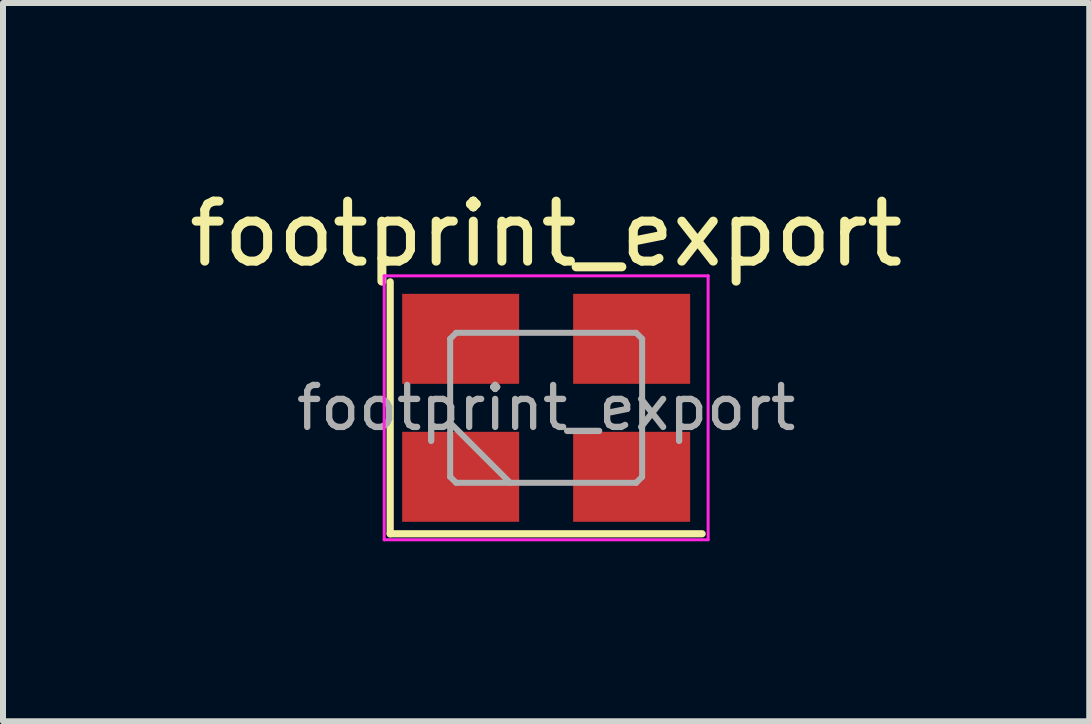
<source format=kicad_pcb>
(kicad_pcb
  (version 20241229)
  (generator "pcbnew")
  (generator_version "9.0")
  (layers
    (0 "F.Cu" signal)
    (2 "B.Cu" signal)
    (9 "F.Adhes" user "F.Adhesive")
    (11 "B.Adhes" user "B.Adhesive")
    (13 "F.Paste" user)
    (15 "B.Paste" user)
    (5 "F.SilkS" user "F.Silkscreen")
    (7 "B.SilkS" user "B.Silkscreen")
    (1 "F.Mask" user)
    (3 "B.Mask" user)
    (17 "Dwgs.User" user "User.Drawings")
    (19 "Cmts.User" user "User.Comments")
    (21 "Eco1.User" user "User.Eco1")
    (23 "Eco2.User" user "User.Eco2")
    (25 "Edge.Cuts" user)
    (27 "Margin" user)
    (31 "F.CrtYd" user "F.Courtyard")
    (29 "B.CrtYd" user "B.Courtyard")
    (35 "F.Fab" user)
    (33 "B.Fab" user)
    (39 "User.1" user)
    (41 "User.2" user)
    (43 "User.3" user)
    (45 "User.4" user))
  (footprint "footprint_export"
    (layer "F.Cu")
    (at 6.054 3.748)
    (property "Reference" "footprint_export" (at 0 -2.9 0) (layer "F.SilkS") (effects (font (size 1 1) (thickness 0.15))))
    (attr smd)
    (fp_line (start -2.6 -2.1) (end -2.6 2.1) (stroke (width 0.12) (type solid)) (layer "F.SilkS"))
    (fp_line (start -2.6 2.1) (end 2.6 2.1) (stroke (width 0.12) (type solid)) (layer "F.SilkS"))
    (fp_line (start -2.7 -2.2) (end -2.7 2.2) (stroke (width 0.05) (type solid)) (layer "F.CrtYd"))
    (fp_line (start -2.7 2.2) (end 2.7 2.2) (stroke (width 0.05) (type solid)) (layer "F.CrtYd"))
    (fp_line (start 2.7 -2.2) (end -2.7 -2.2) (stroke (width 0.05) (type solid)) (layer "F.CrtYd"))
    (fp_line (start 2.7 2.2) (end 2.7 -2.2) (stroke (width 0.05) (type solid)) (layer "F.CrtYd"))
    (fp_line (start -1.6 -1.15) (end -1.5 -1.25) (stroke (width 0.1) (type solid)) (layer "F.Fab"))
    (fp_line (start -1.6 0.25) (end -0.6 1.25) (stroke (width 0.1) (type solid)) (layer "F.Fab"))
    (fp_line (start -1.6 1.15) (end -1.6 -1.15) (stroke (width 0.1) (type solid)) (layer "F.Fab"))
    (fp_line (start -1.5 -1.25) (end 1.5 -1.25) (stroke (width 0.1) (type solid)) (layer "F.Fab"))
    (fp_line (start -1.5 1.25) (end -1.6 1.15) (stroke (width 0.1) (type solid)) (layer "F.Fab"))
    (fp_line (start 1.5 -1.25) (end 1.6 -1.15) (stroke (width 0.1) (type solid)) (layer "F.Fab"))
    (fp_line (start 1.5 1.25) (end -1.5 1.25) (stroke (width 0.1) (type solid)) (layer "F.Fab"))
    (fp_line (start 1.6 -1.15) (end 1.6 1.15) (stroke (width 0.1) (type solid)) (layer "F.Fab"))
    (fp_line (start 1.6 1.15) (end 1.5 1.25) (stroke (width 0.1) (type solid)) (layer "F.Fab"))
    (fp_text user "${REFERENCE}" (at 0 0 0) (layer "F.Fab") (effects (font (size 0.7 0.7) (thickness 0.105))))
    (pad "1" smd rect (at -1.425 1.15) (size 1.95 1.5) (layers "F.Cu" "F.Mask" "F.Paste"))
    (pad "2" smd rect (at 1.425 1.15) (size 1.95 1.5) (layers "F.Cu" "F.Mask" "F.Paste"))
    (pad "3" smd rect (at 1.425 -1.15) (size 1.95 1.5) (layers "F.Cu" "F.Mask" "F.Paste"))
    (pad "4" smd rect (at -1.425 -1.15) (size 1.95 1.5) (layers "F.Cu" "F.Mask" "F.Paste")))
  (gr_rect
    (start -3 -3)
    (end 15.107 8.973)
    (stroke (width 0.1) (type default))
    (fill no)
    (layer "Edge.Cuts")))
</source>
